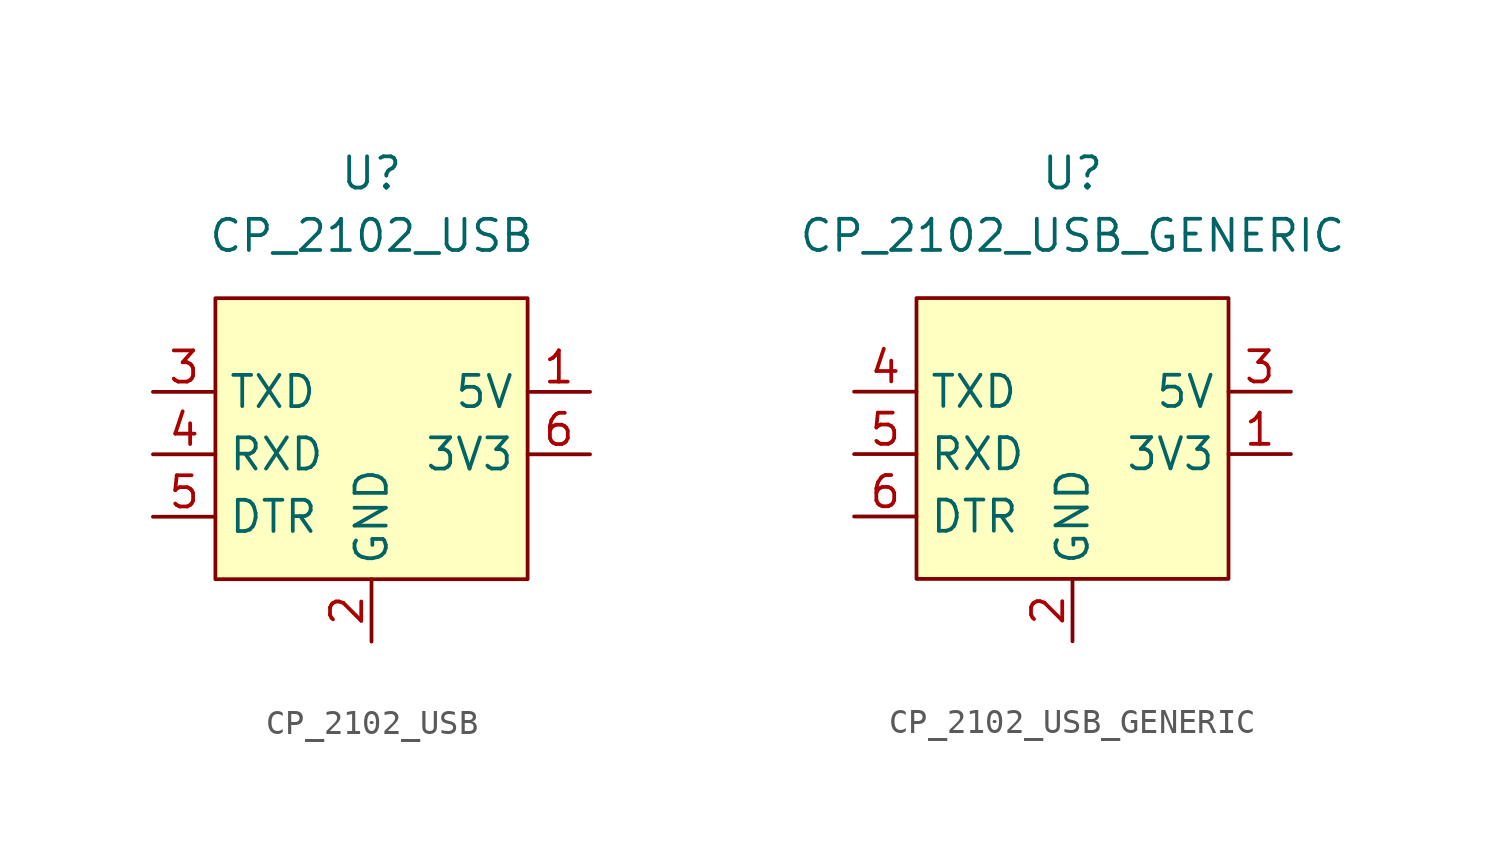
<source format=kicad_sym>
(kicad_symbol_lib
  (version 20211014)
  (generator kicad_symbol_editor)
  (symbol "CP_2102_USB"
    (property "Reference" "U"
      (at 0 13.97 0)
      (effects (font (size 1.27 1.27))))
    (property "Value" "CP_2102_USB"
      (at 0 11.43 0)
      (effects (font (size 1.27 1.27))))
    (symbol "CP_2102_USB_0_1"
      (rectangle (start -6.35 8.89) (end 6.35 -2.54) (stroke (width 0) (type default) (color 0 0 0 0)) (fill (type background))))
    (symbol "CP_2102_USB_1_1"
      (pin power_out line (at 8.89 5.08 180) (length 2.54) (name "5V" (effects (font (size 1.27 1.27)))) (number "1" (effects (font (size 1.27 1.27)))))
      (pin power_in line (at 0 -5.08 90) (length 2.54) (name "GND" (effects (font (size 1.27 1.27)))) (number "2" (effects (font (size 1.27 1.27)))))
      (pin output line (at -8.89 5.08 0) (length 2.54) (name "TXD" (effects (font (size 1.27 1.27)))) (number "3" (effects (font (size 1.27 1.27)))))
      (pin input line (at -8.89 2.54 0) (length 2.54) (name "RXD" (effects (font (size 1.27 1.27)))) (number "4" (effects (font (size 1.27 1.27)))))
      (pin bidirectional line (at -8.89 0 0) (length 2.54) (name "DTR" (effects (font (size 1.27 1.27)))) (number "5" (effects (font (size 1.27 1.27)))))
      (pin power_in line (at 8.89 2.54 180) (length 2.54) (name "3V3" (effects (font (size 1.27 1.27)))) (number "6" (effects (font (size 1.27 1.27)))))))
  (symbol "CP_2102_USB_GENERIC"
    (property "Reference" "U"
      (at 0 13.97 0)
      (effects (font (size 1.27 1.27))))
    (property "Value" "CP_2102_USB_GENERIC"
      (at 0 11.43 0)
      (effects (font (size 1.27 1.27))))
    (symbol "CP_2102_USB_GENERIC_0_1"
      (rectangle (start -6.35 8.89) (end 6.35 -2.54) (stroke (width 0) (type default) (color 0 0 0 0)) (fill (type background))))
    (symbol "CP_2102_USB_GENERIC_1_1"
      (pin power_in line (at 8.89 2.54 180) (length 2.54) (name "3V3" (effects (font (size 1.27 1.27)))) (number "1" (effects (font (size 1.27 1.27)))))
      (pin power_in line (at 0 -5.08 90) (length 2.54) (name "GND" (effects (font (size 1.27 1.27)))) (number "2" (effects (font (size 1.27 1.27)))))
      (pin power_in line (at 8.89 5.08 180) (length 2.54) (name "5V" (effects (font (size 1.27 1.27)))) (number "3" (effects (font (size 1.27 1.27)))))
      (pin input line (at -8.89 5.08 0) (length 2.54) (name "TXD" (effects (font (size 1.27 1.27)))) (number "4" (effects (font (size 1.27 1.27)))))
      (pin output line (at -8.89 2.54 0) (length 2.54) (name "RXD" (effects (font (size 1.27 1.27)))) (number "5" (effects (font (size 1.27 1.27)))))
      (pin bidirectional line (at -8.89 0 0) (length 2.54) (name "DTR" (effects (font (size 1.27 1.27)))) (number "6" (effects (font (size 1.27 1.27))))))))
</source>
